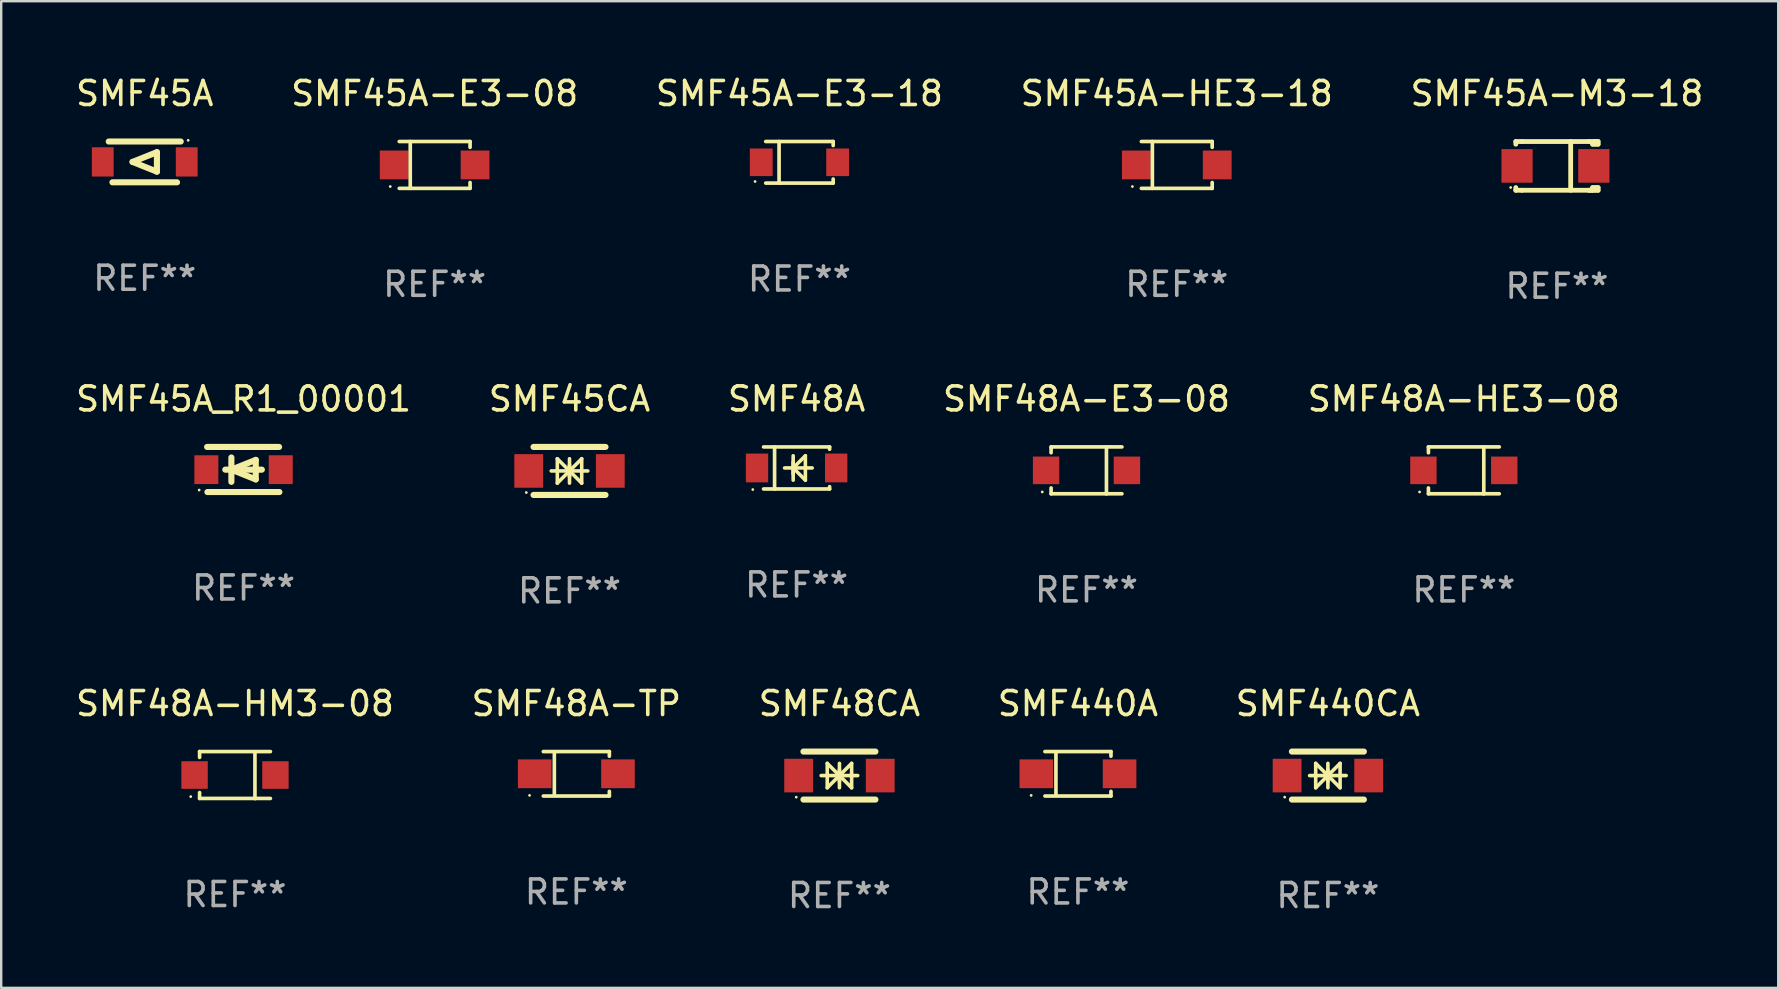
<source format=kicad_pcb>
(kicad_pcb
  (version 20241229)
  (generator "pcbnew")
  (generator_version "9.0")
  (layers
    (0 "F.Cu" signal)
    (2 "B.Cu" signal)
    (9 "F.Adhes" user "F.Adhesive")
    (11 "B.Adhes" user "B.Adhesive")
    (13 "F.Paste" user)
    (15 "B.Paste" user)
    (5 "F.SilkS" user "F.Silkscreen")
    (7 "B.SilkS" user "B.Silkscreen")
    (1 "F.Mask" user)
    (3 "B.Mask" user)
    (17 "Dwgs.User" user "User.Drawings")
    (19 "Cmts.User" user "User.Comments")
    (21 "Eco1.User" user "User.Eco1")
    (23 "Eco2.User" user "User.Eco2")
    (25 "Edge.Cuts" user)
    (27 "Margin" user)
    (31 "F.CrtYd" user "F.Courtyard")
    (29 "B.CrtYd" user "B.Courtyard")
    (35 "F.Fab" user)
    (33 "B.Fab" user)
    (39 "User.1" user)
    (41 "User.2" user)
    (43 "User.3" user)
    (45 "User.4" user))
  (footprint "SMF45A_R1_00001"
    (layer "F.Cu")
    (at 7.101 16.517)
    (property "Reference" "SMF45A_R1_00001" (at 0 -2.94 0) (layer "F.SilkS") (effects (font (size 1 1) (thickness 0.15))))
    (attr through_hole)
    (fp_line (start -1.52 -0.94) (end 1.48 -0.94) (stroke (width 0.254) (type solid)) (layer "F.SilkS"))
    (fp_line (start -1.507 0.94) (end 1.493 0.94) (stroke (width 0.254) (type solid)) (layer "F.SilkS"))
    (fp_line (start -0.762 0.007) (end 0.762 0.007) (stroke (width 0.254) (type solid)) (layer "F.SilkS"))
    (fp_line (start -0.508 -0.501) (end -0.508 0.515) (stroke (width 0.254) (type solid)) (layer "F.SilkS"))
    (fp_line (start -0.508 0.007) (end 0.508 -0.4) (stroke (width 0.254) (type solid)) (layer "F.SilkS"))
    (fp_line (start 0.508 -0.4) (end 0.508 0.413) (stroke (width 0.254) (type solid)) (layer "F.SilkS"))
    (fp_line (start 0.508 0.413) (end -0.508 0.007) (stroke (width 0.254) (type solid)) (layer "F.SilkS"))
    (fp_circle (center -1.85 0.857) (end -1.82 0.857) (stroke (width 0.06) (type solid)) (fill no) (layer "F.SilkS"))
    (fp_text user "REF**" (at 0 4.94 0) (layer "F.Fab") (effects (font (size 1 1) (thickness 0.15))))
    (pad "1" smd rect (at -1.55 0.007) (size 1 1.2) (layers "F.Cu" "F.Mask" "F.Paste"))
    (pad "2" smd rect (at 1.55 0.007) (size 1 1.2) (layers "F.Cu" "F.Mask" "F.Paste")))
  (footprint "SMF48A-TP"
    (layer "F.Cu")
    (at 20.97 29.199)
    (property "Reference" "SMF48A-TP" (at 0 -2.926 0) (layer "F.SilkS") (effects (font (size 1 1) (thickness 0.15))))
    (attr through_hole)
    (fp_line (start -1.376 -0.926) (end 1.376 -0.926) (stroke (width 0.152) (type solid)) (layer "F.SilkS"))
    (fp_line (start -1.376 0.926) (end 1.376 0.926) (stroke (width 0.152) (type solid)) (layer "F.SilkS"))
    (fp_line (start -0.917 -0.876) (end -0.917 0.876) (stroke (width 0.152) (type solid)) (layer "F.SilkS"))
    (fp_line (start 1.376 -0.926) (end 1.376 -0.733) (stroke (width 0.152) (type solid)) (layer "F.SilkS"))
    (fp_line (start 1.376 0.926) (end 1.376 0.733) (stroke (width 0.152) (type solid)) (layer "F.SilkS"))
    (fp_circle (center -1.95 0.9) (end -1.92 0.9) (stroke (width 0.06) (type solid)) (fill no) (layer "F.SilkS"))
    (fp_text user "REF**" (at 0 4.926 0) (layer "F.Fab") (effects (font (size 1 1) (thickness 0.15))))
    (pad "1" smd rect (at -1.735 0) (size 1.4 1.2) (layers "F.Cu" "F.Mask" "F.Paste"))
    (pad "2" smd rect (at 1.735 0) (size 1.4 1.2) (layers "F.Cu" "F.Mask" "F.Paste")))
  (footprint "SMF45A"
    (layer "F.Cu")
    (at 2.982 3.698)
    (property "Reference" "SMF45A" (at 0 -2.85 0) (layer "F.SilkS") (effects (font (size 1 1) (thickness 0.15))))
    (attr through_hole)
    (fp_line (start -1.5 -0.85) (end 1.5 -0.85) (stroke (width 0.254) (type solid)) (layer "F.SilkS"))
    (fp_line (start -0.508 0) (end 0.508 -0.406) (stroke (width 0.254) (type solid)) (layer "F.SilkS"))
    (fp_line (start 0.508 -0.406) (end 0.508 0.406) (stroke (width 0.254) (type solid)) (layer "F.SilkS"))
    (fp_line (start 0.508 0.406) (end -0.508 0) (stroke (width 0.254) (type solid)) (layer "F.SilkS"))
    (fp_line (start 1.346 0.85) (end -1.346 0.85) (stroke (width 0.254) (type solid)) (layer "F.SilkS"))
    (fp_circle (center 1.81 -0.9) (end 1.84 -0.9) (stroke (width 0.06) (type solid)) (fill no) (layer "F.SilkS"))
    (fp_text user "REF**" (at 0 4.85 0) (layer "F.Fab") (effects (font (size 1 1) (thickness 0.15))))
    (pad "1" smd rect (at 1.75 0) (size 0.909 1.219) (layers "F.Cu" "F.Mask" "F.Paste"))
    (pad "2" smd rect (at -1.75 0) (size 0.909 1.219) (layers "F.Cu" "F.Mask" "F.Paste")))
  (footprint "SMF48A-E3-08"
    (layer "F.Cu")
    (at 42.232 16.556)
    (property "Reference" "SMF48A-E3-08" (at 0 -2.98 0) (layer "F.SilkS") (effects (font (size 1 1) (thickness 0.15))))
    (attr through_hole)
    (fp_line (start -1.476 -0.98) (end -1.476 -0.737) (stroke (width 0.152) (type solid)) (layer "F.SilkS"))
    (fp_line (start -1.476 0.973) (end -1.476 0.73) (stroke (width 0.152) (type solid)) (layer "F.SilkS"))
    (fp_line (start 0.831 0.98) (end 0.831 -0.973) (stroke (width 0.152) (type solid)) (layer "F.SilkS"))
    (fp_line (start 1.476 -0.98) (end -1.476 -0.98) (stroke (width 0.152) (type solid)) (layer "F.SilkS"))
    (fp_line (start 1.476 0.973) (end -1.476 0.973) (stroke (width 0.152) (type solid)) (layer "F.SilkS"))
    (fp_circle (center -1.845 0.897) (end -1.815 0.897) (stroke (width 0.06) (type solid)) (fill no) (layer "F.SilkS"))
    (fp_text user "REF**" (at 0 4.98 0) (layer "F.Fab") (effects (font (size 1 1) (thickness 0.15))))
    (pad "1" smd rect (at -1.685 -0.003) (size 1.1 1.15) (layers "F.Cu" "F.Mask" "F.Paste"))
    (pad "2" smd rect (at 1.685 -0.003) (size 1.1 1.15) (layers "F.Cu" "F.Mask" "F.Paste")))
  (footprint "SMF440A"
    (layer "F.Cu")
    (at 41.875 29.199)
    (property "Reference" "SMF440A" (at 0 -2.926 0) (layer "F.SilkS") (effects (font (size 1 1) (thickness 0.15))))
    (attr through_hole)
    (fp_line (start -1.376 -0.926) (end 1.376 -0.926) (stroke (width 0.152) (type solid)) (layer "F.SilkS"))
    (fp_line (start -1.376 0.926) (end 1.376 0.926) (stroke (width 0.152) (type solid)) (layer "F.SilkS"))
    (fp_line (start -0.917 -0.876) (end -0.917 0.876) (stroke (width 0.152) (type solid)) (layer "F.SilkS"))
    (fp_line (start 1.376 -0.926) (end 1.376 -0.733) (stroke (width 0.152) (type solid)) (layer "F.SilkS"))
    (fp_line (start 1.376 0.926) (end 1.376 0.733) (stroke (width 0.152) (type solid)) (layer "F.SilkS"))
    (fp_circle (center -1.95 0.9) (end -1.92 0.9) (stroke (width 0.06) (type solid)) (fill no) (layer "F.SilkS"))
    (fp_text user "REF**" (at 0 4.926 0) (layer "F.Fab") (effects (font (size 1 1) (thickness 0.15))))
    (pad "1" smd rect (at -1.735 0) (size 1.4 1.2) (layers "F.Cu" "F.Mask" "F.Paste"))
    (pad "2" smd rect (at 1.735 0) (size 1.4 1.2) (layers "F.Cu" "F.Mask" "F.Paste")))
  (footprint "SMF48A-HE3-08"
    (layer "F.Cu")
    (at 57.958 16.556)
    (property "Reference" "SMF48A-HE3-08" (at 0 -2.98 0) (layer "F.SilkS") (effects (font (size 1 1) (thickness 0.15))))
    (attr through_hole)
    (fp_line (start -1.476 -0.98) (end -1.476 -0.737) (stroke (width 0.152) (type solid)) (layer "F.SilkS"))
    (fp_line (start -1.476 0.973) (end -1.476 0.73) (stroke (width 0.152) (type solid)) (layer "F.SilkS"))
    (fp_line (start 0.831 0.98) (end 0.831 -0.973) (stroke (width 0.152) (type solid)) (layer "F.SilkS"))
    (fp_line (start 1.476 -0.98) (end -1.476 -0.98) (stroke (width 0.152) (type solid)) (layer "F.SilkS"))
    (fp_line (start 1.476 0.973) (end -1.476 0.973) (stroke (width 0.152) (type solid)) (layer "F.SilkS"))
    (fp_circle (center -1.845 0.897) (end -1.815 0.897) (stroke (width 0.06) (type solid)) (fill no) (layer "F.SilkS"))
    (fp_text user "REF**" (at 0 4.98 0) (layer "F.Fab") (effects (font (size 1 1) (thickness 0.15))))
    (pad "1" smd rect (at -1.685 -0.003) (size 1.1 1.15) (layers "F.Cu" "F.Mask" "F.Paste"))
    (pad "2" smd rect (at 1.685 -0.003) (size 1.1 1.15) (layers "F.Cu" "F.Mask" "F.Paste")))
  (footprint "SMF48CA"
    (layer "F.Cu")
    (at 31.935 29.273)
    (property "Reference" "SMF48CA" (at 0 -3 0) (layer "F.SilkS") (effects (font (size 1 1) (thickness 0.15))))
    (attr through_hole)
    (fp_line (start -1.5 -1) (end 1.5 -1) (stroke (width 0.254) (type solid)) (layer "F.SilkS"))
    (fp_line (start -1.5 1) (end 1.5 1) (stroke (width 0.254) (type solid)) (layer "F.SilkS"))
    (fp_line (start -0.762 0) (end 0.762 0) (stroke (width 0.15) (type solid)) (layer "F.SilkS"))
    (fp_line (start -0.508 -0.508) (end -0.508 0.508) (stroke (width 0.15) (type solid)) (layer "F.SilkS"))
    (fp_line (start 0 -0.508) (end 0 0.508) (stroke (width 0.15) (type solid)) (layer "F.SilkS"))
    (fp_line (start 0 0) (end -0.508 -0.508) (stroke (width 0.15) (type solid)) (layer "F.SilkS"))
    (fp_line (start 0 0) (end -0.508 0.508) (stroke (width 0.15) (type solid)) (layer "F.SilkS"))
    (fp_line (start 0 0) (end 0.508 -0.508) (stroke (width 0.15) (type solid)) (layer "F.SilkS"))
    (fp_line (start 0 0) (end 0.508 0.508) (stroke (width 0.15) (type solid)) (layer "F.SilkS"))
    (fp_line (start 0 0.254) (end 0 -0.254) (stroke (width 0.15) (type solid)) (layer "F.SilkS"))
    (fp_line (start 0.508 0.508) (end 0.508 -0.508) (stroke (width 0.15) (type solid)) (layer "F.SilkS"))
    (fp_circle (center -1.8 0.9) (end -1.77 0.9) (stroke (width 0.06) (type solid)) (fill no) (layer "F.SilkS"))
    (fp_text user "REF**" (at 0 5 0) (layer "F.Fab") (effects (font (size 1 1) (thickness 0.15))))
    (pad "1" smd rect (at -1.7 0) (size 1.2 1.4) (layers "F.Cu" "F.Mask" "F.Paste"))
    (pad "2" smd rect (at 1.7 0) (size 1.2 1.4) (layers "F.Cu" "F.Mask" "F.Paste")))
  (footprint "SMF45A-E3-08"
    (layer "F.Cu")
    (at 15.065 3.824)
    (property "Reference" "SMF45A-E3-08" (at 0 -2.976 0) (layer "F.SilkS") (effects (font (size 1 1) (thickness 0.15))))
    (attr through_hole)
    (fp_line (start -1.476 -0.976) (end 1.476 -0.976) (stroke (width 0.152) (type solid)) (layer "F.SilkS"))
    (fp_line (start -1.476 0.976) (end 1.476 0.976) (stroke (width 0.152) (type solid)) (layer "F.SilkS"))
    (fp_line (start -1.017 -0.976) (end -1.017 0.976) (stroke (width 0.152) (type solid)) (layer "F.SilkS"))
    (fp_line (start 1.476 -0.976) (end 1.476 -0.733) (stroke (width 0.152) (type solid)) (layer "F.SilkS"))
    (fp_line (start 1.476 0.976) (end 1.476 0.733) (stroke (width 0.152) (type solid)) (layer "F.SilkS"))
    (fp_circle (center -1.85 0.9) (end -1.82 0.9) (stroke (width 0.06) (type solid)) (fill no) (layer "F.SilkS"))
    (fp_text user "REF**" (at 0 4.976 0) (layer "F.Fab") (effects (font (size 1 1) (thickness 0.15))))
    (pad "1" smd rect (at -1.685 0) (size 1.2 1.2) (layers "F.Cu" "F.Mask" "F.Paste"))
    (pad "2" smd rect (at 1.685 0) (size 1.2 1.2) (layers "F.Cu" "F.Mask" "F.Paste")))
  (footprint "SMF45CA"
    (layer "F.Cu")
    (at 20.685 16.577)
    (property "Reference" "SMF45CA" (at 0 -3 0) (layer "F.SilkS") (effects (font (size 1 1) (thickness 0.15))))
    (attr through_hole)
    (fp_line (start -1.5 -1) (end 1.5 -1) (stroke (width 0.254) (type solid)) (layer "F.SilkS"))
    (fp_line (start -1.5 1) (end 1.5 1) (stroke (width 0.254) (type solid)) (layer "F.SilkS"))
    (fp_line (start -0.762 0) (end 0.762 0) (stroke (width 0.15) (type solid)) (layer "F.SilkS"))
    (fp_line (start -0.508 -0.508) (end -0.508 0.508) (stroke (width 0.15) (type solid)) (layer "F.SilkS"))
    (fp_line (start 0 -0.508) (end 0 0.508) (stroke (width 0.15) (type solid)) (layer "F.SilkS"))
    (fp_line (start 0 0) (end -0.508 -0.508) (stroke (width 0.15) (type solid)) (layer "F.SilkS"))
    (fp_line (start 0 0) (end -0.508 0.508) (stroke (width 0.15) (type solid)) (layer "F.SilkS"))
    (fp_line (start 0 0) (end 0.508 -0.508) (stroke (width 0.15) (type solid)) (layer "F.SilkS"))
    (fp_line (start 0 0) (end 0.508 0.508) (stroke (width 0.15) (type solid)) (layer "F.SilkS"))
    (fp_line (start 0 0.254) (end 0 -0.254) (stroke (width 0.15) (type solid)) (layer "F.SilkS"))
    (fp_line (start 0.508 0.508) (end 0.508 -0.508) (stroke (width 0.15) (type solid)) (layer "F.SilkS"))
    (fp_circle (center -1.8 0.9) (end -1.77 0.9) (stroke (width 0.06) (type solid)) (fill no) (layer "F.SilkS"))
    (fp_text user "REF**" (at 0 5 0) (layer "F.Fab") (effects (font (size 1 1) (thickness 0.15))))
    (pad "1" smd rect (at -1.7 0) (size 1.2 1.4) (layers "F.Cu" "F.Mask" "F.Paste"))
    (pad "2" smd rect (at 1.7 0) (size 1.2 1.4) (layers "F.Cu" "F.Mask" "F.Paste")))
  (footprint "SMF440CA"
    (layer "F.Cu")
    (at 52.292 29.273)
    (property "Reference" "SMF440CA" (at 0 -3 0) (layer "F.SilkS") (effects (font (size 1 1) (thickness 0.15))))
    (attr through_hole)
    (fp_line (start -1.5 -1) (end 1.5 -1) (stroke (width 0.254) (type solid)) (layer "F.SilkS"))
    (fp_line (start -1.5 1) (end 1.5 1) (stroke (width 0.254) (type solid)) (layer "F.SilkS"))
    (fp_line (start -0.762 0) (end 0.762 0) (stroke (width 0.15) (type solid)) (layer "F.SilkS"))
    (fp_line (start -0.508 -0.508) (end -0.508 0.508) (stroke (width 0.15) (type solid)) (layer "F.SilkS"))
    (fp_line (start 0 -0.508) (end 0 0.508) (stroke (width 0.15) (type solid)) (layer "F.SilkS"))
    (fp_line (start 0 0) (end -0.508 -0.508) (stroke (width 0.15) (type solid)) (layer "F.SilkS"))
    (fp_line (start 0 0) (end -0.508 0.508) (stroke (width 0.15) (type solid)) (layer "F.SilkS"))
    (fp_line (start 0 0) (end 0.508 -0.508) (stroke (width 0.15) (type solid)) (layer "F.SilkS"))
    (fp_line (start 0 0) (end 0.508 0.508) (stroke (width 0.15) (type solid)) (layer "F.SilkS"))
    (fp_line (start 0 0.254) (end 0 -0.254) (stroke (width 0.15) (type solid)) (layer "F.SilkS"))
    (fp_line (start 0.508 0.508) (end 0.508 -0.508) (stroke (width 0.15) (type solid)) (layer "F.SilkS"))
    (fp_circle (center -1.8 0.9) (end -1.77 0.9) (stroke (width 0.06) (type solid)) (fill no) (layer "F.SilkS"))
    (fp_text user "REF**" (at 0 5 0) (layer "F.Fab") (effects (font (size 1 1) (thickness 0.15))))
    (pad "1" smd rect (at -1.7 0) (size 1.2 1.4) (layers "F.Cu" "F.Mask" "F.Paste"))
    (pad "2" smd rect (at 1.7 0) (size 1.2 1.4) (layers "F.Cu" "F.Mask" "F.Paste")))
  (footprint "SMF48A-HM3-08"
    (layer "F.Cu")
    (at 6.744 29.253)
    (property "Reference" "SMF48A-HM3-08" (at 0 -2.98 0) (layer "F.SilkS") (effects (font (size 1 1) (thickness 0.15))))
    (attr through_hole)
    (fp_line (start -1.476 -0.98) (end -1.476 -0.737) (stroke (width 0.152) (type solid)) (layer "F.SilkS"))
    (fp_line (start -1.476 0.973) (end -1.476 0.73) (stroke (width 0.152) (type solid)) (layer "F.SilkS"))
    (fp_line (start 0.831 0.98) (end 0.831 -0.973) (stroke (width 0.152) (type solid)) (layer "F.SilkS"))
    (fp_line (start 1.476 -0.98) (end -1.476 -0.98) (stroke (width 0.152) (type solid)) (layer "F.SilkS"))
    (fp_line (start 1.476 0.973) (end -1.476 0.973) (stroke (width 0.152) (type solid)) (layer "F.SilkS"))
    (fp_circle (center -1.845 0.897) (end -1.815 0.897) (stroke (width 0.06) (type solid)) (fill no) (layer "F.SilkS"))
    (fp_text user "REF**" (at 0 4.98 0) (layer "F.Fab") (effects (font (size 1 1) (thickness 0.15))))
    (pad "1" smd rect (at -1.685 -0.003) (size 1.1 1.15) (layers "F.Cu" "F.Mask" "F.Paste"))
    (pad "2" smd rect (at 1.685 -0.003) (size 1.1 1.15) (layers "F.Cu" "F.Mask" "F.Paste")))
  (footprint "SMF45A-E3-18"
    (layer "F.Cu")
    (at 30.268 3.714)
    (property "Reference" "SMF45A-E3-18" (at 0 -2.866 0) (layer "F.SilkS") (effects (font (size 1 1) (thickness 0.15))))
    (attr through_hole)
    (fp_line (start -1.406 -0.866) (end 1.406 -0.866) (stroke (width 0.152) (type solid)) (layer "F.SilkS"))
    (fp_line (start -1.406 0.866) (end 1.406 0.866) (stroke (width 0.152) (type solid)) (layer "F.SilkS"))
    (fp_line (start -0.849 -0.866) (end -0.849 0.866) (stroke (width 0.152) (type solid)) (layer "F.SilkS"))
    (fp_line (start 1.406 -0.866) (end 1.406 -0.698) (stroke (width 0.152) (type solid)) (layer "F.SilkS"))
    (fp_line (start 1.406 0.866) (end 1.406 0.698) (stroke (width 0.152) (type solid)) (layer "F.SilkS"))
    (fp_circle (center -1.849 0.8) (end -1.819 0.8) (stroke (width 0.06) (type solid)) (fill no) (layer "F.SilkS"))
    (fp_text user "REF**" (at 0 4.866 0) (layer "F.Fab") (effects (font (size 1 1) (thickness 0.15))))
    (pad "1" smd rect (at -1.592 0) (size 0.95 1.15) (layers "F.Cu" "F.Mask" "F.Paste"))
    (pad "2" smd rect (at 1.592 0) (size 0.95 1.15) (layers "F.Cu" "F.Mask" "F.Paste")))
  (footprint "SMF45A-HE3-18"
    (layer "F.Cu")
    (at 45.994 3.824)
    (property "Reference" "SMF45A-HE3-18" (at 0 -2.976 0) (layer "F.SilkS") (effects (font (size 1 1) (thickness 0.15))))
    (attr through_hole)
    (fp_line (start -1.476 -0.976) (end 1.476 -0.976) (stroke (width 0.152) (type solid)) (layer "F.SilkS"))
    (fp_line (start -1.476 0.976) (end 1.476 0.976) (stroke (width 0.152) (type solid)) (layer "F.SilkS"))
    (fp_line (start -1.017 -0.976) (end -1.017 0.976) (stroke (width 0.152) (type solid)) (layer "F.SilkS"))
    (fp_line (start 1.476 -0.976) (end 1.476 -0.733) (stroke (width 0.152) (type solid)) (layer "F.SilkS"))
    (fp_line (start 1.476 0.976) (end 1.476 0.733) (stroke (width 0.152) (type solid)) (layer "F.SilkS"))
    (fp_circle (center -1.85 0.9) (end -1.82 0.9) (stroke (width 0.06) (type solid)) (fill no) (layer "F.SilkS"))
    (fp_text user "REF**" (at 0 4.976 0) (layer "F.Fab") (effects (font (size 1 1) (thickness 0.15))))
    (pad "1" smd rect (at -1.685 0) (size 1.2 1.2) (layers "F.Cu" "F.Mask" "F.Paste"))
    (pad "2" smd rect (at 1.685 0) (size 1.2 1.2) (layers "F.Cu" "F.Mask" "F.Paste")))
  (footprint "SMF45A-M3-18"
    (layer "F.Cu")
    (at 61.839 3.864)
    (property "Reference" "SMF45A-M3-18" (at 0 -3.016 0) (layer "F.SilkS") (effects (font (size 1 1) (thickness 0.15))))
    (attr through_hole)
    (fp_line (start -1.715 -1.016) (end -1.715 -0.904) (stroke (width 0.2) (type solid)) (layer "F.SilkS"))
    (fp_line (start -1.715 0.904) (end -1.715 1.016) (stroke (width 0.2) (type solid)) (layer "F.SilkS"))
    (fp_line (start -1.715 1.016) (end -1.461 1.016) (stroke (width 0.2) (type solid)) (layer "F.SilkS"))
    (fp_line (start -1.461 -1.016) (end -1.715 -1.016) (stroke (width 0.2) (type solid)) (layer "F.SilkS"))
    (fp_line (start -1.461 -1.016) (end 1.339 -1.016) (stroke (width 0.2) (type solid)) (layer "F.SilkS"))
    (fp_line (start -1.461 1.016) (end 1.339 1.016) (stroke (width 0.2) (type solid)) (layer "F.SilkS"))
    (fp_line (start 0.572 -1.016) (end 0.571 1.016) (stroke (width 0.2) (type solid)) (layer "F.SilkS"))
    (fp_line (start 1.339 -1.016) (end 1.588 -1.016) (stroke (width 0.2) (type solid)) (layer "F.SilkS"))
    (fp_line (start 1.339 1.016) (end 1.486 1.016) (stroke (width 0.2) (type solid)) (layer "F.SilkS"))
    (fp_line (start 1.486 -0.904) (end 1.486 -1.016) (stroke (width 0.2) (type solid)) (layer "F.SilkS"))
    (fp_line (start 1.486 1.016) (end 1.486 0.904) (stroke (width 0.2) (type solid)) (layer "F.SilkS"))
    (fp_line (start 1.588 -1.016) (end 1.603 -1.016) (stroke (width 0.2) (type solid)) (layer "F.SilkS"))
    (fp_line (start 1.588 -1.016) (end 1.715 -1.016) (stroke (width 0.2) (type solid)) (layer "F.SilkS"))
    (fp_line (start 1.603 -1.016) (end 1.603 -0.904) (stroke (width 0.2) (type solid)) (layer "F.SilkS"))
    (fp_line (start 1.603 0.904) (end 1.603 1.016) (stroke (width 0.2) (type solid)) (layer "F.SilkS"))
    (fp_line (start 1.715 -1.016) (end 1.715 -0.904) (stroke (width 0.2) (type solid)) (layer "F.SilkS"))
    (fp_line (start 1.715 -0.904) (end 1.486 -0.904) (stroke (width 0.2) (type solid)) (layer "F.SilkS"))
    (fp_line (start 1.715 0.904) (end 1.486 0.904) (stroke (width 0.2) (type solid)) (layer "F.SilkS"))
    (fp_line (start 1.715 0.904) (end 1.715 1.016) (stroke (width 0.2) (type solid)) (layer "F.SilkS"))
    (fp_line (start 1.715 1.016) (end 1.339 1.016) (stroke (width 0.2) (type solid)) (layer "F.SilkS"))
    (fp_circle (center -1.929 0.9) (end -1.899 0.9) (stroke (width 0.06) (type solid)) (fill no) (layer "F.SilkS"))
    (fp_text user "REF**" (at 0 5.016 0) (layer "F.Fab") (effects (font (size 1 1) (thickness 0.15))))
    (pad "1" smd rect (at -1.664 0) (size 1.3 1.4) (layers "F.Cu" "F.Mask" "F.Paste"))
    (pad "2" smd rect (at 1.537 0) (size 1.3 1.4) (layers "F.Cu" "F.Mask" "F.Paste")))
  (footprint "SMF48A"
    (layer "F.Cu")
    (at 30.149 16.453)
    (property "Reference" "SMF48A" (at 0 -2.876 0) (layer "F.SilkS") (effects (font (size 1 1) (thickness 0.15))))
    (attr through_hole)
    (fp_line (start -1.376 -0.876) (end 1.376 -0.876) (stroke (width 0.152) (type solid)) (layer "F.SilkS"))
    (fp_line (start -1.376 0.876) (end 1.376 0.876) (stroke (width 0.152) (type solid)) (layer "F.SilkS"))
    (fp_line (start -0.917 -0.876) (end -0.917 0.876) (stroke (width 0.152) (type solid)) (layer "F.SilkS"))
    (fp_line (start -0.5 -0.000102) (end 0.65 -0.000102) (stroke (width 0.15) (type solid)) (layer "F.SilkS"))
    (fp_line (start -0.142 -0.508) (end -0.142 0.508) (stroke (width 0.15) (type solid)) (layer "F.SilkS"))
    (fp_line (start -0.142 -0.000102) (end 0.366 -0.508) (stroke (width 0.15) (type solid)) (layer "F.SilkS"))
    (fp_line (start -0.142 -0.000102) (end 0.366 0.508) (stroke (width 0.15) (type solid)) (layer "F.SilkS"))
    (fp_line (start -0.142 0.254) (end -0.142 -0.254) (stroke (width 0.15) (type solid)) (layer "F.SilkS"))
    (fp_line (start 0.366 0.508) (end 0.366 -0.508) (stroke (width 0.15) (type solid)) (layer "F.SilkS"))
    (fp_line (start 1.376 -0.876) (end 1.376 -0.78) (stroke (width 0.152) (type solid)) (layer "F.SilkS"))
    (fp_line (start 1.376 0.78) (end 1.376 0.876) (stroke (width 0.152) (type solid)) (layer "F.SilkS"))
    (fp_circle (center -1.825 0.9) (end -1.795 0.9) (stroke (width 0.06) (type solid)) (fill no) (layer "F.SilkS"))
    (fp_text user "REF**" (at 0 4.876 0) (layer "F.Fab") (effects (font (size 1 1) (thickness 0.15))))
    (pad "1" smd rect (at -1.65 -0.000102 180) (size 0.93 1.2) (layers "F.Cu" "F.Mask" "F.Paste"))
    (pad "2" smd rect (at 1.65 -0.000102 180) (size 0.93 1.2) (layers "F.Cu" "F.Mask" "F.Paste")))
  (gr_rect
    (start -3 -3)
    (end 71.06 38.122)
    (stroke (width 0.1) (type default))
    (fill no)
    (layer "Edge.Cuts")))
</source>
